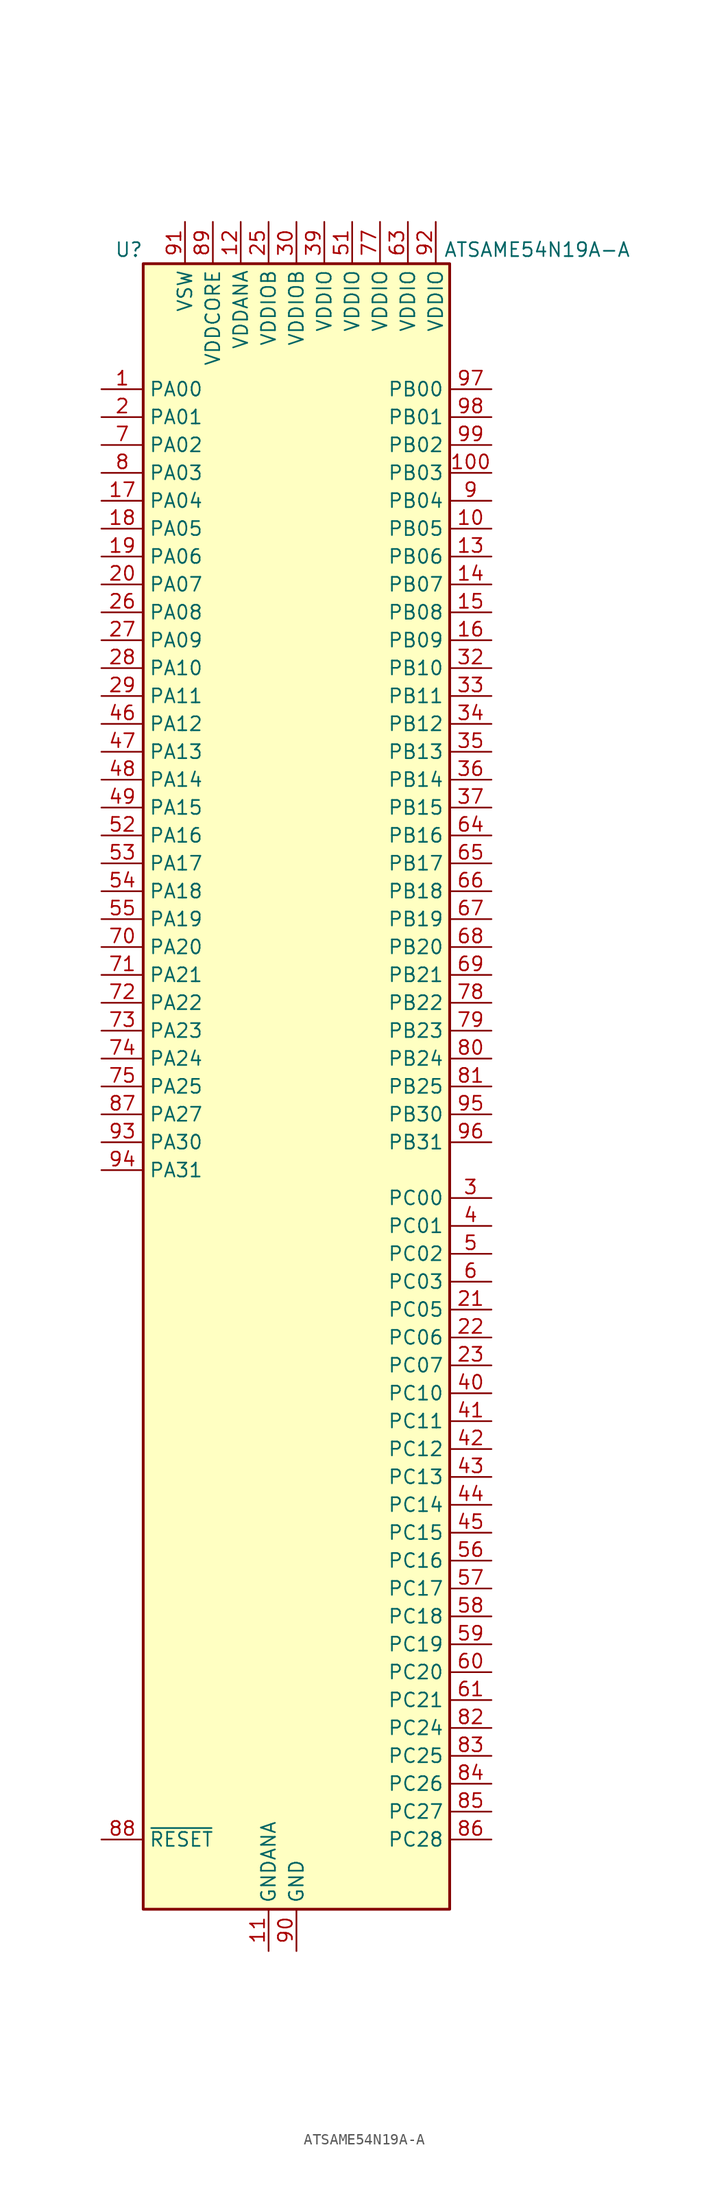
<source format=kicad_sym>
(kicad_symbol_lib
  (version 20211014)
  (generator kicad_symbol_editor)
  (symbol "ATSAME54N19A-A"
    (property "Reference" "U"
      (at -13.97 76.2 0)
      (effects (font (size 1.27 1.27)) (justify right)))
    (property "Value" "ATSAME54N19A-A"
      (at 30.48 76.2 0)
      (effects (font (size 1.27 1.27)) (justify right)))
    (symbol "ATSAME54N19A-A_1_1"
      (rectangle (start -13.97 74.93) (end 13.97 -74.93) (stroke (width 0.254) (type default) (color 0 0 0 0)) (fill (type background)))
      (pin bidirectional line (at -17.78 63.5 0) (length 3.81) (name "PA00" (effects (font (size 1.27 1.27)))) (number "1" (effects (font (size 1.27 1.27)))))
      (pin bidirectional line (at 17.78 50.8 180) (length 3.81) (name "PB05" (effects (font (size 1.27 1.27)))) (number "10" (effects (font (size 1.27 1.27)))))
      (pin bidirectional line (at 17.78 55.88 180) (length 3.81) (name "PB03" (effects (font (size 1.27 1.27)))) (number "100" (effects (font (size 1.27 1.27)))))
      (pin power_in line (at -2.54 -78.74 90) (length 3.81) (name "GNDANA" (effects (font (size 1.27 1.27)))) (number "11" (effects (font (size 1.27 1.27)))))
      (pin power_in line (at -5.08 78.74 270) (length 3.81) (name "VDDANA" (effects (font (size 1.27 1.27)))) (number "12" (effects (font (size 1.27 1.27)))))
      (pin bidirectional line (at 17.78 48.26 180) (length 3.81) (name "PB06" (effects (font (size 1.27 1.27)))) (number "13" (effects (font (size 1.27 1.27)))))
      (pin bidirectional line (at 17.78 45.72 180) (length 3.81) (name "PB07" (effects (font (size 1.27 1.27)))) (number "14" (effects (font (size 1.27 1.27)))))
      (pin bidirectional line (at 17.78 43.18 180) (length 3.81) (name "PB08" (effects (font (size 1.27 1.27)))) (number "15" (effects (font (size 1.27 1.27)))))
      (pin bidirectional line (at 17.78 40.64 180) (length 3.81) (name "PB09" (effects (font (size 1.27 1.27)))) (number "16" (effects (font (size 1.27 1.27)))))
      (pin bidirectional line (at -17.78 53.34 0) (length 3.81) (name "PA04" (effects (font (size 1.27 1.27)))) (number "17" (effects (font (size 1.27 1.27)))))
      (pin bidirectional line (at -17.78 50.8 0) (length 3.81) (name "PA05" (effects (font (size 1.27 1.27)))) (number "18" (effects (font (size 1.27 1.27)))))
      (pin bidirectional line (at -17.78 48.26 0) (length 3.81) (name "PA06" (effects (font (size 1.27 1.27)))) (number "19" (effects (font (size 1.27 1.27)))))
      (pin bidirectional line (at -17.78 60.96 0) (length 3.81) (name "PA01" (effects (font (size 1.27 1.27)))) (number "2" (effects (font (size 1.27 1.27)))))
      (pin bidirectional line (at -17.78 45.72 0) (length 3.81) (name "PA07" (effects (font (size 1.27 1.27)))) (number "20" (effects (font (size 1.27 1.27)))))
      (pin bidirectional line (at 17.78 -20.32 180) (length 3.81) (name "PC05" (effects (font (size 1.27 1.27)))) (number "21" (effects (font (size 1.27 1.27)))))
      (pin bidirectional line (at 17.78 -22.86 180) (length 3.81) (name "PC06" (effects (font (size 1.27 1.27)))) (number "22" (effects (font (size 1.27 1.27)))))
      (pin bidirectional line (at 17.78 -25.4 180) (length 3.81) (name "PC07" (effects (font (size 1.27 1.27)))) (number "23" (effects (font (size 1.27 1.27)))))
      (pin passive line (at 0 -78.74 90) (length 3.81) hide (name "GND" (effects (font (size 1.27 1.27)))) (number "24" (effects (font (size 1.27 1.27)))))
      (pin power_in line (at -2.54 78.74 270) (length 3.81) (name "VDDIOB" (effects (font (size 1.27 1.27)))) (number "25" (effects (font (size 1.27 1.27)))))
      (pin bidirectional line (at -17.78 43.18 0) (length 3.81) (name "PA08" (effects (font (size 1.27 1.27)))) (number "26" (effects (font (size 1.27 1.27)))))
      (pin bidirectional line (at -17.78 40.64 0) (length 3.81) (name "PA09" (effects (font (size 1.27 1.27)))) (number "27" (effects (font (size 1.27 1.27)))))
      (pin bidirectional line (at -17.78 38.1 0) (length 3.81) (name "PA10" (effects (font (size 1.27 1.27)))) (number "28" (effects (font (size 1.27 1.27)))))
      (pin bidirectional line (at -17.78 35.56 0) (length 3.81) (name "PA11" (effects (font (size 1.27 1.27)))) (number "29" (effects (font (size 1.27 1.27)))))
      (pin bidirectional line (at 17.78 -10.16 180) (length 3.81) (name "PC00" (effects (font (size 1.27 1.27)))) (number "3" (effects (font (size 1.27 1.27)))))
      (pin power_in line (at 0 78.74 270) (length 3.81) (name "VDDIOB" (effects (font (size 1.27 1.27)))) (number "30" (effects (font (size 1.27 1.27)))))
      (pin passive line (at 0 -78.74 90) (length 3.81) hide (name "GND" (effects (font (size 1.27 1.27)))) (number "31" (effects (font (size 1.27 1.27)))))
      (pin bidirectional line (at 17.78 38.1 180) (length 3.81) (name "PB10" (effects (font (size 1.27 1.27)))) (number "32" (effects (font (size 1.27 1.27)))))
      (pin bidirectional line (at 17.78 35.56 180) (length 3.81) (name "PB11" (effects (font (size 1.27 1.27)))) (number "33" (effects (font (size 1.27 1.27)))))
      (pin bidirectional line (at 17.78 33.02 180) (length 3.81) (name "PB12" (effects (font (size 1.27 1.27)))) (number "34" (effects (font (size 1.27 1.27)))))
      (pin bidirectional line (at 17.78 30.48 180) (length 3.81) (name "PB13" (effects (font (size 1.27 1.27)))) (number "35" (effects (font (size 1.27 1.27)))))
      (pin bidirectional line (at 17.78 27.94 180) (length 3.81) (name "PB14" (effects (font (size 1.27 1.27)))) (number "36" (effects (font (size 1.27 1.27)))))
      (pin bidirectional line (at 17.78 25.4 180) (length 3.81) (name "PB15" (effects (font (size 1.27 1.27)))) (number "37" (effects (font (size 1.27 1.27)))))
      (pin passive line (at 0 -78.74 90) (length 3.81) hide (name "GND" (effects (font (size 1.27 1.27)))) (number "38" (effects (font (size 1.27 1.27)))))
      (pin power_in line (at 2.54 78.74 270) (length 3.81) (name "VDDIO" (effects (font (size 1.27 1.27)))) (number "39" (effects (font (size 1.27 1.27)))))
      (pin bidirectional line (at 17.78 -12.7 180) (length 3.81) (name "PC01" (effects (font (size 1.27 1.27)))) (number "4" (effects (font (size 1.27 1.27)))))
      (pin bidirectional line (at 17.78 -27.94 180) (length 3.81) (name "PC10" (effects (font (size 1.27 1.27)))) (number "40" (effects (font (size 1.27 1.27)))))
      (pin bidirectional line (at 17.78 -30.48 180) (length 3.81) (name "PC11" (effects (font (size 1.27 1.27)))) (number "41" (effects (font (size 1.27 1.27)))))
      (pin bidirectional line (at 17.78 -33.02 180) (length 3.81) (name "PC12" (effects (font (size 1.27 1.27)))) (number "42" (effects (font (size 1.27 1.27)))))
      (pin bidirectional line (at 17.78 -35.56 180) (length 3.81) (name "PC13" (effects (font (size 1.27 1.27)))) (number "43" (effects (font (size 1.27 1.27)))))
      (pin bidirectional line (at 17.78 -38.1 180) (length 3.81) (name "PC14" (effects (font (size 1.27 1.27)))) (number "44" (effects (font (size 1.27 1.27)))))
      (pin bidirectional line (at 17.78 -40.64 180) (length 3.81) (name "PC15" (effects (font (size 1.27 1.27)))) (number "45" (effects (font (size 1.27 1.27)))))
      (pin bidirectional line (at -17.78 33.02 0) (length 3.81) (name "PA12" (effects (font (size 1.27 1.27)))) (number "46" (effects (font (size 1.27 1.27)))))
      (pin bidirectional line (at -17.78 30.48 0) (length 3.81) (name "PA13" (effects (font (size 1.27 1.27)))) (number "47" (effects (font (size 1.27 1.27)))))
      (pin bidirectional line (at -17.78 27.94 0) (length 3.81) (name "PA14" (effects (font (size 1.27 1.27)))) (number "48" (effects (font (size 1.27 1.27)))))
      (pin bidirectional line (at -17.78 25.4 0) (length 3.81) (name "PA15" (effects (font (size 1.27 1.27)))) (number "49" (effects (font (size 1.27 1.27)))))
      (pin bidirectional line (at 17.78 -15.24 180) (length 3.81) (name "PC02" (effects (font (size 1.27 1.27)))) (number "5" (effects (font (size 1.27 1.27)))))
      (pin passive line (at 0 -78.74 90) (length 3.81) hide (name "GND" (effects (font (size 1.27 1.27)))) (number "50" (effects (font (size 1.27 1.27)))))
      (pin power_in line (at 5.08 78.74 270) (length 3.81) (name "VDDIO" (effects (font (size 1.27 1.27)))) (number "51" (effects (font (size 1.27 1.27)))))
      (pin bidirectional line (at -17.78 22.86 0) (length 3.81) (name "PA16" (effects (font (size 1.27 1.27)))) (number "52" (effects (font (size 1.27 1.27)))))
      (pin bidirectional line (at -17.78 20.32 0) (length 3.81) (name "PA17" (effects (font (size 1.27 1.27)))) (number "53" (effects (font (size 1.27 1.27)))))
      (pin bidirectional line (at -17.78 17.78 0) (length 3.81) (name "PA18" (effects (font (size 1.27 1.27)))) (number "54" (effects (font (size 1.27 1.27)))))
      (pin bidirectional line (at -17.78 15.24 0) (length 3.81) (name "PA19" (effects (font (size 1.27 1.27)))) (number "55" (effects (font (size 1.27 1.27)))))
      (pin bidirectional line (at 17.78 -43.18 180) (length 3.81) (name "PC16" (effects (font (size 1.27 1.27)))) (number "56" (effects (font (size 1.27 1.27)))))
      (pin bidirectional line (at 17.78 -45.72 180) (length 3.81) (name "PC17" (effects (font (size 1.27 1.27)))) (number "57" (effects (font (size 1.27 1.27)))))
      (pin bidirectional line (at 17.78 -48.26 180) (length 3.81) (name "PC18" (effects (font (size 1.27 1.27)))) (number "58" (effects (font (size 1.27 1.27)))))
      (pin bidirectional line (at 17.78 -50.8 180) (length 3.81) (name "PC19" (effects (font (size 1.27 1.27)))) (number "59" (effects (font (size 1.27 1.27)))))
      (pin bidirectional line (at 17.78 -17.78 180) (length 3.81) (name "PC03" (effects (font (size 1.27 1.27)))) (number "6" (effects (font (size 1.27 1.27)))))
      (pin bidirectional line (at 17.78 -53.34 180) (length 3.81) (name "PC20" (effects (font (size 1.27 1.27)))) (number "60" (effects (font (size 1.27 1.27)))))
      (pin bidirectional line (at 17.78 -55.88 180) (length 3.81) (name "PC21" (effects (font (size 1.27 1.27)))) (number "61" (effects (font (size 1.27 1.27)))))
      (pin passive line (at 0 -78.74 90) (length 3.81) hide (name "GND" (effects (font (size 1.27 1.27)))) (number "62" (effects (font (size 1.27 1.27)))))
      (pin power_in line (at 10.16 78.74 270) (length 3.81) (name "VDDIO" (effects (font (size 1.27 1.27)))) (number "63" (effects (font (size 1.27 1.27)))))
      (pin bidirectional line (at 17.78 22.86 180) (length 3.81) (name "PB16" (effects (font (size 1.27 1.27)))) (number "64" (effects (font (size 1.27 1.27)))))
      (pin bidirectional line (at 17.78 20.32 180) (length 3.81) (name "PB17" (effects (font (size 1.27 1.27)))) (number "65" (effects (font (size 1.27 1.27)))))
      (pin bidirectional line (at 17.78 17.78 180) (length 3.81) (name "PB18" (effects (font (size 1.27 1.27)))) (number "66" (effects (font (size 1.27 1.27)))))
      (pin bidirectional line (at 17.78 15.24 180) (length 3.81) (name "PB19" (effects (font (size 1.27 1.27)))) (number "67" (effects (font (size 1.27 1.27)))))
      (pin bidirectional line (at 17.78 12.7 180) (length 3.81) (name "PB20" (effects (font (size 1.27 1.27)))) (number "68" (effects (font (size 1.27 1.27)))))
      (pin bidirectional line (at 17.78 10.16 180) (length 3.81) (name "PB21" (effects (font (size 1.27 1.27)))) (number "69" (effects (font (size 1.27 1.27)))))
      (pin bidirectional line (at -17.78 58.42 0) (length 3.81) (name "PA02" (effects (font (size 1.27 1.27)))) (number "7" (effects (font (size 1.27 1.27)))))
      (pin bidirectional line (at -17.78 12.7 0) (length 3.81) (name "PA20" (effects (font (size 1.27 1.27)))) (number "70" (effects (font (size 1.27 1.27)))))
      (pin bidirectional line (at -17.78 10.16 0) (length 3.81) (name "PA21" (effects (font (size 1.27 1.27)))) (number "71" (effects (font (size 1.27 1.27)))))
      (pin bidirectional line (at -17.78 7.62 0) (length 3.81) (name "PA22" (effects (font (size 1.27 1.27)))) (number "72" (effects (font (size 1.27 1.27)))))
      (pin bidirectional line (at -17.78 5.08 0) (length 3.81) (name "PA23" (effects (font (size 1.27 1.27)))) (number "73" (effects (font (size 1.27 1.27)))))
      (pin bidirectional line (at -17.78 2.54 0) (length 3.81) (name "PA24" (effects (font (size 1.27 1.27)))) (number "74" (effects (font (size 1.27 1.27)))))
      (pin bidirectional line (at -17.78 0 0) (length 3.81) (name "PA25" (effects (font (size 1.27 1.27)))) (number "75" (effects (font (size 1.27 1.27)))))
      (pin passive line (at 0 -78.74 90) (length 3.81) hide (name "GND" (effects (font (size 1.27 1.27)))) (number "76" (effects (font (size 1.27 1.27)))))
      (pin power_in line (at 7.62 78.74 270) (length 3.81) (name "VDDIO" (effects (font (size 1.27 1.27)))) (number "77" (effects (font (size 1.27 1.27)))))
      (pin bidirectional line (at 17.78 7.62 180) (length 3.81) (name "PB22" (effects (font (size 1.27 1.27)))) (number "78" (effects (font (size 1.27 1.27)))))
      (pin bidirectional line (at 17.78 5.08 180) (length 3.81) (name "PB23" (effects (font (size 1.27 1.27)))) (number "79" (effects (font (size 1.27 1.27)))))
      (pin bidirectional line (at -17.78 55.88 0) (length 3.81) (name "PA03" (effects (font (size 1.27 1.27)))) (number "8" (effects (font (size 1.27 1.27)))))
      (pin bidirectional line (at 17.78 2.54 180) (length 3.81) (name "PB24" (effects (font (size 1.27 1.27)))) (number "80" (effects (font (size 1.27 1.27)))))
      (pin bidirectional line (at 17.78 0 180) (length 3.81) (name "PB25" (effects (font (size 1.27 1.27)))) (number "81" (effects (font (size 1.27 1.27)))))
      (pin bidirectional line (at 17.78 -58.42 180) (length 3.81) (name "PC24" (effects (font (size 1.27 1.27)))) (number "82" (effects (font (size 1.27 1.27)))))
      (pin bidirectional line (at 17.78 -60.96 180) (length 3.81) (name "PC25" (effects (font (size 1.27 1.27)))) (number "83" (effects (font (size 1.27 1.27)))))
      (pin bidirectional line (at 17.78 -63.5 180) (length 3.81) (name "PC26" (effects (font (size 1.27 1.27)))) (number "84" (effects (font (size 1.27 1.27)))))
      (pin bidirectional line (at 17.78 -66.04 180) (length 3.81) (name "PC27" (effects (font (size 1.27 1.27)))) (number "85" (effects (font (size 1.27 1.27)))))
      (pin bidirectional line (at 17.78 -68.58 180) (length 3.81) (name "PC28" (effects (font (size 1.27 1.27)))) (number "86" (effects (font (size 1.27 1.27)))))
      (pin bidirectional line (at -17.78 -2.54 0) (length 3.81) (name "PA27" (effects (font (size 1.27 1.27)))) (number "87" (effects (font (size 1.27 1.27)))))
      (pin input line (at -17.78 -68.58 0) (length 3.81) (name "~{RESET}" (effects (font (size 1.27 1.27)))) (number "88" (effects (font (size 1.27 1.27)))))
      (pin power_out line (at -7.62 78.74 270) (length 3.81) (name "VDDCORE" (effects (font (size 1.27 1.27)))) (number "89" (effects (font (size 1.27 1.27)))))
      (pin bidirectional line (at 17.78 53.34 180) (length 3.81) (name "PB04" (effects (font (size 1.27 1.27)))) (number "9" (effects (font (size 1.27 1.27)))))
      (pin power_in line (at 0 -78.74 90) (length 3.81) (name "GND" (effects (font (size 1.27 1.27)))) (number "90" (effects (font (size 1.27 1.27)))))
      (pin power_in line (at -10.16 78.74 270) (length 3.81) (name "VSW" (effects (font (size 1.27 1.27)))) (number "91" (effects (font (size 1.27 1.27)))))
      (pin power_in line (at 12.7 78.74 270) (length 3.81) (name "VDDIO" (effects (font (size 1.27 1.27)))) (number "92" (effects (font (size 1.27 1.27)))))
      (pin bidirectional line (at -17.78 -5.08 0) (length 3.81) (name "PA30" (effects (font (size 1.27 1.27)))) (number "93" (effects (font (size 1.27 1.27)))))
      (pin bidirectional line (at -17.78 -7.62 0) (length 3.81) (name "PA31" (effects (font (size 1.27 1.27)))) (number "94" (effects (font (size 1.27 1.27)))))
      (pin bidirectional line (at 17.78 -2.54 180) (length 3.81) (name "PB30" (effects (font (size 1.27 1.27)))) (number "95" (effects (font (size 1.27 1.27)))))
      (pin bidirectional line (at 17.78 -5.08 180) (length 3.81) (name "PB31" (effects (font (size 1.27 1.27)))) (number "96" (effects (font (size 1.27 1.27)))))
      (pin bidirectional line (at 17.78 63.5 180) (length 3.81) (name "PB00" (effects (font (size 1.27 1.27)))) (number "97" (effects (font (size 1.27 1.27)))))
      (pin bidirectional line (at 17.78 60.96 180) (length 3.81) (name "PB01" (effects (font (size 1.27 1.27)))) (number "98" (effects (font (size 1.27 1.27)))))
      (pin bidirectional line (at 17.78 58.42 180) (length 3.81) (name "PB02" (effects (font (size 1.27 1.27)))) (number "99" (effects (font (size 1.27 1.27))))))))
</source>
